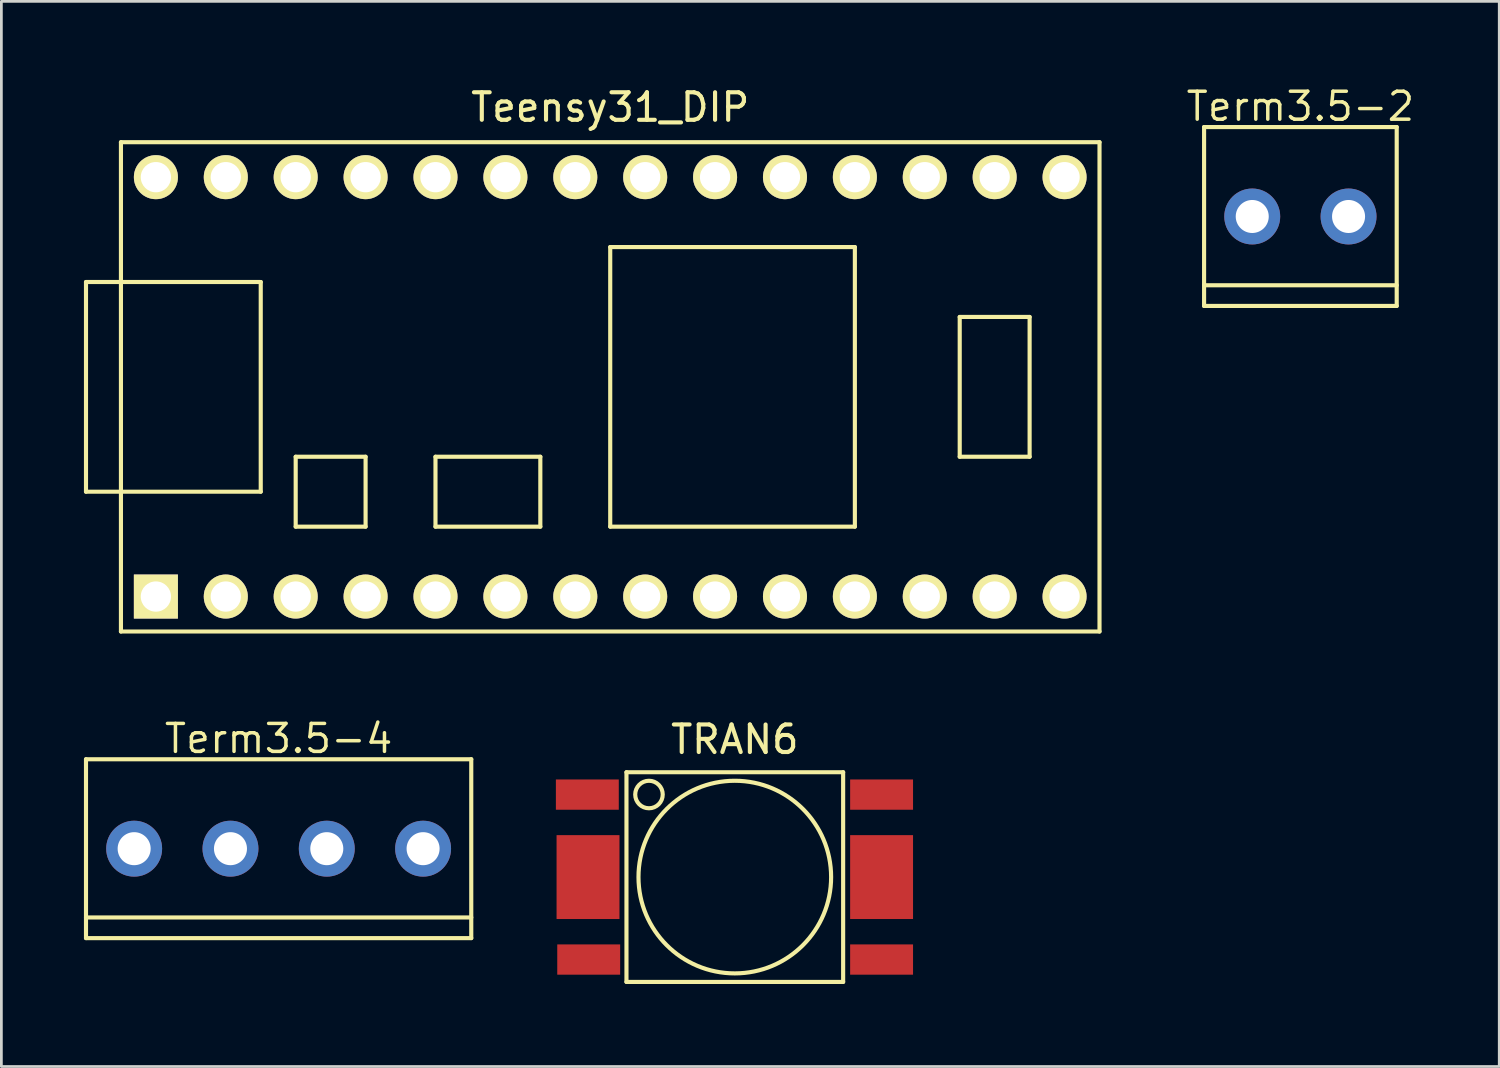
<source format=kicad_pcb>
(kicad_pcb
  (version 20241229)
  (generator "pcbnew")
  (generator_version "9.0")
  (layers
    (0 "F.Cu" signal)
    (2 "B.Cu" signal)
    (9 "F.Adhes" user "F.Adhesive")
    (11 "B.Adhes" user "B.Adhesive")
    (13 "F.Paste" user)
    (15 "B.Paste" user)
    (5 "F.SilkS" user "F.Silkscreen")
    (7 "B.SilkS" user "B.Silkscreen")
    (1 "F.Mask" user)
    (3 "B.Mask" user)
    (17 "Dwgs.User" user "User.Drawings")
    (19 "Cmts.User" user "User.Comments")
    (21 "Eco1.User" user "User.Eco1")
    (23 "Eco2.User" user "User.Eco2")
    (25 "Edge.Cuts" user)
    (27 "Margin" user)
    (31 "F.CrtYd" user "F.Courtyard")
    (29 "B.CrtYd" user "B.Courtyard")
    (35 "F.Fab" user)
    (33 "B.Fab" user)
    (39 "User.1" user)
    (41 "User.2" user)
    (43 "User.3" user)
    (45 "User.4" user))
  (footprint "Term3.5-4"
    (layer "F.Cu")
    (at 7.075 27.79)
    (property "Reference" "Term3.5-4" (at 0 -4 0) (layer "F.SilkS") (effects (font (size 1.016 1.016) (thickness 0.127))))
    (attr through_hole)
    (fp_line (start -7 -3.25) (end 7 -3.25) (stroke (width 0.15) (type solid)) (layer "F.SilkS"))
    (fp_line (start -7 2.5) (end 7 2.5) (stroke (width 0.15) (type solid)) (layer "F.SilkS"))
    (fp_line (start -7 3.25) (end -7 -3.25) (stroke (width 0.15) (type solid)) (layer "F.SilkS"))
    (fp_line (start 7 -3.25) (end 7 3.25) (stroke (width 0.15) (type solid)) (layer "F.SilkS"))
    (fp_line (start 7 3.25) (end -7 3.25) (stroke (width 0.15) (type solid)) (layer "F.SilkS"))
    (pad "1" thru_hole circle (at -5.25 0) (size 2.032 2.032) (drill 1.2) (layers "*.Cu" "*.Mask"))
    (pad "2" thru_hole circle (at -1.75 0) (size 2.032 2.032) (drill 1.2) (layers "*.Cu" "*.Mask"))
    (pad "3" thru_hole circle (at 1.75 0) (size 2.032 2.032) (drill 1.2) (layers "*.Cu" "*.Mask"))
    (pad "4" thru_hole circle (at 5.25 0) (size 2.032 2.032) (drill 1.2) (layers "*.Cu" "*.Mask")))
  (footprint "Term3.5-2"
    (layer "F.Cu")
    (at 44.205 4.817)
    (property "Reference" "Term3.5-2" (at 0 -4 0) (layer "F.SilkS") (effects (font (size 1.016 1.016) (thickness 0.127))))
    (attr through_hole)
    (fp_line (start -3.5 -3.25) (end 3.5 -3.25) (stroke (width 0.15) (type solid)) (layer "F.SilkS"))
    (fp_line (start -3.5 2.5) (end 3.5 2.5) (stroke (width 0.15) (type solid)) (layer "F.SilkS"))
    (fp_line (start -3.5 3.25) (end -3.5 -3.25) (stroke (width 0.15) (type solid)) (layer "F.SilkS"))
    (fp_line (start 3.5 -3.25) (end 3.5 3.25) (stroke (width 0.15) (type solid)) (layer "F.SilkS"))
    (fp_line (start 3.5 3.25) (end -3.5 3.25) (stroke (width 0.15) (type solid)) (layer "F.SilkS"))
    (pad "1" thru_hole circle (at -1.75 0) (size 2.032 2.032) (drill 1.2) (layers "*.Cu" "*.Mask"))
    (pad "2" thru_hole circle (at 1.75 0) (size 2.032 2.032) (drill 1.2) (layers "*.Cu" "*.Mask")))
  (footprint "TRAN6"
    (layer "F.Cu")
    (at 23.652 28.822)
    (property "Reference" "TRAN6" (at 0 -5 0) (layer "F.SilkS") (effects (font (size 1 1) (thickness 0.15))))
    (attr through_hole)
    (fp_line (start -3.937 -3.81) (end -3.937 3.81) (stroke (width 0.15) (type solid)) (layer "F.SilkS"))
    (fp_line (start -3.937 3.81) (end 3.937 3.81) (stroke (width 0.15) (type solid)) (layer "F.SilkS"))
    (fp_line (start 3.937 -3.81) (end -3.937 -3.81) (stroke (width 0.15) (type solid)) (layer "F.SilkS"))
    (fp_line (start 3.937 3.81) (end 3.937 -3.81) (stroke (width 0.15) (type solid)) (layer "F.SilkS"))
    (fp_circle (center -3.119 -3) (end -2.619 -3) (stroke (width 0.15) (type solid)) (fill no) (layer "F.SilkS"))
    (fp_circle (center 0 0) (end 0 -3.5) (stroke (width 0.15) (type solid)) (fill no) (layer "F.SilkS"))
    (pad "1" smd rect (at -5.359 -2.997) (size 2.286 1.1) (layers "F.Cu" "F.Mask" "F.Paste"))
    (pad "2" smd rect (at -5.334 0) (size 2.286 3.048) (layers "F.Cu" "F.Mask" "F.Paste"))
    (pad "3" smd rect (at -5.309 2.997) (size 2.286 1.1) (layers "F.Cu" "F.Mask" "F.Paste"))
    (pad "4" smd rect (at 5.334 2.997) (size 2.286 1.1) (layers "F.Cu" "F.Mask" "F.Paste"))
    (pad "5" smd rect (at 5.334 0) (size 2.286 3.048) (layers "F.Cu" "F.Mask" "F.Paste"))
    (pad "6" smd rect (at 5.334 -2.997) (size 2.286 1.1) (layers "F.Cu" "F.Mask" "F.Paste")))
  (footprint "Teensy31_DIP"
    (layer "F.Cu")
    (at 19.125 11.008)
    (property "Reference" "Teensy31_DIP" (at 0 -10.16 0) (layer "F.SilkS") (effects (font (size 1 1) (thickness 0.15))))
    (attr through_hole)
    (fp_line (start -19.05 -3.81) (end -17.78 -3.81) (stroke (width 0.15) (type solid)) (layer "F.SilkS"))
    (fp_line (start -19.05 3.81) (end -19.05 -3.81) (stroke (width 0.15) (type solid)) (layer "F.SilkS"))
    (fp_line (start -17.78 -8.89) (end 17.78 -8.89) (stroke (width 0.15) (type solid)) (layer "F.SilkS"))
    (fp_line (start -17.78 3.81) (end -19.05 3.81) (stroke (width 0.15) (type solid)) (layer "F.SilkS"))
    (fp_line (start -17.78 8.89) (end -17.78 -8.89) (stroke (width 0.15) (type solid)) (layer "F.SilkS"))
    (fp_line (start -12.7 -3.81) (end -17.78 -3.81) (stroke (width 0.15) (type solid)) (layer "F.SilkS"))
    (fp_line (start -12.7 3.81) (end -17.78 3.81) (stroke (width 0.15) (type solid)) (layer "F.SilkS"))
    (fp_line (start -12.7 3.81) (end -12.7 -3.81) (stroke (width 0.15) (type solid)) (layer "F.SilkS"))
    (fp_line (start -11.43 2.54) (end -11.43 5.08) (stroke (width 0.15) (type solid)) (layer "F.SilkS"))
    (fp_line (start -11.43 5.08) (end -8.89 5.08) (stroke (width 0.15) (type solid)) (layer "F.SilkS"))
    (fp_line (start -8.89 2.54) (end -11.43 2.54) (stroke (width 0.15) (type solid)) (layer "F.SilkS"))
    (fp_line (start -8.89 5.08) (end -8.89 2.54) (stroke (width 0.15) (type solid)) (layer "F.SilkS"))
    (fp_line (start -6.35 2.54) (end -6.35 5.08) (stroke (width 0.15) (type solid)) (layer "F.SilkS"))
    (fp_line (start -6.35 5.08) (end -2.54 5.08) (stroke (width 0.15) (type solid)) (layer "F.SilkS"))
    (fp_line (start -2.54 2.54) (end -6.35 2.54) (stroke (width 0.15) (type solid)) (layer "F.SilkS"))
    (fp_line (start -2.54 5.08) (end -2.54 2.54) (stroke (width 0.15) (type solid)) (layer "F.SilkS"))
    (fp_line (start 0 -5.08) (end 0 5.08) (stroke (width 0.15) (type solid)) (layer "F.SilkS"))
    (fp_line (start 8.89 -5.08) (end 0 -5.08) (stroke (width 0.15) (type solid)) (layer "F.SilkS"))
    (fp_line (start 8.89 5.08) (end 0 5.08) (stroke (width 0.15) (type solid)) (layer "F.SilkS"))
    (fp_line (start 8.89 5.08) (end 8.89 -5.08) (stroke (width 0.15) (type solid)) (layer "F.SilkS"))
    (fp_line (start 12.7 -2.54) (end 15.24 -2.54) (stroke (width 0.15) (type solid)) (layer "F.SilkS"))
    (fp_line (start 12.7 2.54) (end 12.7 -2.54) (stroke (width 0.15) (type solid)) (layer "F.SilkS"))
    (fp_line (start 15.24 -2.54) (end 15.24 2.54) (stroke (width 0.15) (type solid)) (layer "F.SilkS"))
    (fp_line (start 15.24 2.54) (end 12.7 2.54) (stroke (width 0.15) (type solid)) (layer "F.SilkS"))
    (fp_line (start 17.78 -8.89) (end 17.78 8.89) (stroke (width 0.15) (type solid)) (layer "F.SilkS"))
    (fp_line (start 17.78 8.89) (end -17.78 8.89) (stroke (width 0.15) (type solid)) (layer "F.SilkS"))
    (pad "0" thru_hole circle (at -13.97 7.62) (size 1.6 1.6) (drill 1.1) (layers "*.Cu" "*.Mask" "F.SilkS"))
    (pad "1" thru_hole circle (at -11.43 7.62) (size 1.6 1.6) (drill 1.1) (layers "*.Cu" "*.Mask" "F.SilkS"))
    (pad "2" thru_hole circle (at -8.89 7.62) (size 1.6 1.6) (drill 1.1) (layers "*.Cu" "*.Mask" "F.SilkS"))
    (pad "3" thru_hole circle (at -6.35 7.62) (size 1.6 1.6) (drill 1.1) (layers "*.Cu" "*.Mask" "F.SilkS"))
    (pad "3.3" thru_hole circle (at -11.43 -7.62) (size 1.6 1.6) (drill 1.1) (layers "*.Cu" "*.Mask" "F.SilkS"))
    (pad "4" thru_hole circle (at -3.81 7.62) (size 1.6 1.6) (drill 1.1) (layers "*.Cu" "*.Mask" "F.SilkS"))
    (pad "5" thru_hole circle (at -1.27 7.62) (size 1.6 1.6) (drill 1.1) (layers "*.Cu" "*.Mask" "F.SilkS"))
    (pad "6" thru_hole circle (at 1.27 7.62) (size 1.6 1.6) (drill 1.1) (layers "*.Cu" "*.Mask" "F.SilkS"))
    (pad "7" thru_hole circle (at 3.81 7.62) (size 1.6 1.6) (drill 1.1) (layers "*.Cu" "*.Mask" "F.SilkS"))
    (pad "8" thru_hole circle (at 6.35 7.62) (size 1.6 1.6) (drill 1.1) (layers "*.Cu" "*.Mask" "F.SilkS"))
    (pad "9" thru_hole circle (at 8.89 7.62) (size 1.6 1.6) (drill 1.1) (layers "*.Cu" "*.Mask" "F.SilkS"))
    (pad "10" thru_hole circle (at 11.43 7.62) (size 1.6 1.6) (drill 1.1) (layers "*.Cu" "*.Mask" "F.SilkS"))
    (pad "11" thru_hole circle (at 13.97 7.62) (size 1.6 1.6) (drill 1.1) (layers "*.Cu" "*.Mask" "F.SilkS"))
    (pad "12" thru_hole circle (at 16.51 7.62) (size 1.6 1.6) (drill 1.1) (layers "*.Cu" "*.Mask" "F.SilkS"))
    (pad "13" thru_hole circle (at 16.51 -7.62) (size 1.6 1.6) (drill 1.1) (layers "*.Cu" "*.Mask" "F.SilkS"))
    (pad "14" thru_hole circle (at 13.97 -7.62) (size 1.6 1.6) (drill 1.1) (layers "*.Cu" "*.Mask" "F.SilkS"))
    (pad "15" thru_hole circle (at 11.43 -7.62) (size 1.6 1.6) (drill 1.1) (layers "*.Cu" "*.Mask" "F.SilkS"))
    (pad "16" thru_hole circle (at 8.89 -7.62) (size 1.6 1.6) (drill 1.1) (layers "*.Cu" "*.Mask" "F.SilkS"))
    (pad "17" thru_hole circle (at 6.35 -7.62) (size 1.6 1.6) (drill 1.1) (layers "*.Cu" "*.Mask" "F.SilkS"))
    (pad "18" thru_hole circle (at 3.81 -7.62) (size 1.6 1.6) (drill 1.1) (layers "*.Cu" "*.Mask" "F.SilkS"))
    (pad "19" thru_hole circle (at 1.27 -7.62) (size 1.6 1.6) (drill 1.1) (layers "*.Cu" "*.Mask" "F.SilkS"))
    (pad "20" thru_hole circle (at -1.27 -7.62) (size 1.6 1.6) (drill 1.1) (layers "*.Cu" "*.Mask" "F.SilkS"))
    (pad "21" thru_hole circle (at -3.81 -7.62) (size 1.6 1.6) (drill 1.1) (layers "*.Cu" "*.Mask" "F.SilkS"))
    (pad "22" thru_hole circle (at -6.35 -7.62) (size 1.6 1.6) (drill 1.1) (layers "*.Cu" "*.Mask" "F.SilkS"))
    (pad "23" thru_hole circle (at -8.89 -7.62) (size 1.6 1.6) (drill 1.1) (layers "*.Cu" "*.Mask" "F.SilkS"))
    (pad "agnd" thru_hole circle (at -13.97 -7.62) (size 1.6 1.6) (drill 1.1) (layers "*.Cu" "*.Mask" "F.SilkS"))
    (pad "gnd" thru_hole rect (at -16.51 7.62) (size 1.6 1.6) (drill 1.1) (layers "*.Cu" "*.Mask" "F.SilkS"))
    (pad "vin" thru_hole circle (at -16.51 -7.62) (size 1.6 1.6) (drill 1.1) (layers "*.Cu" "*.Mask" "F.SilkS")))
  (gr_rect
    (start -3 -3)
    (end 51.431 35.706)
    (stroke (width 0.1) (type default))
    (fill no)
    (layer "Edge.Cuts")))
</source>
